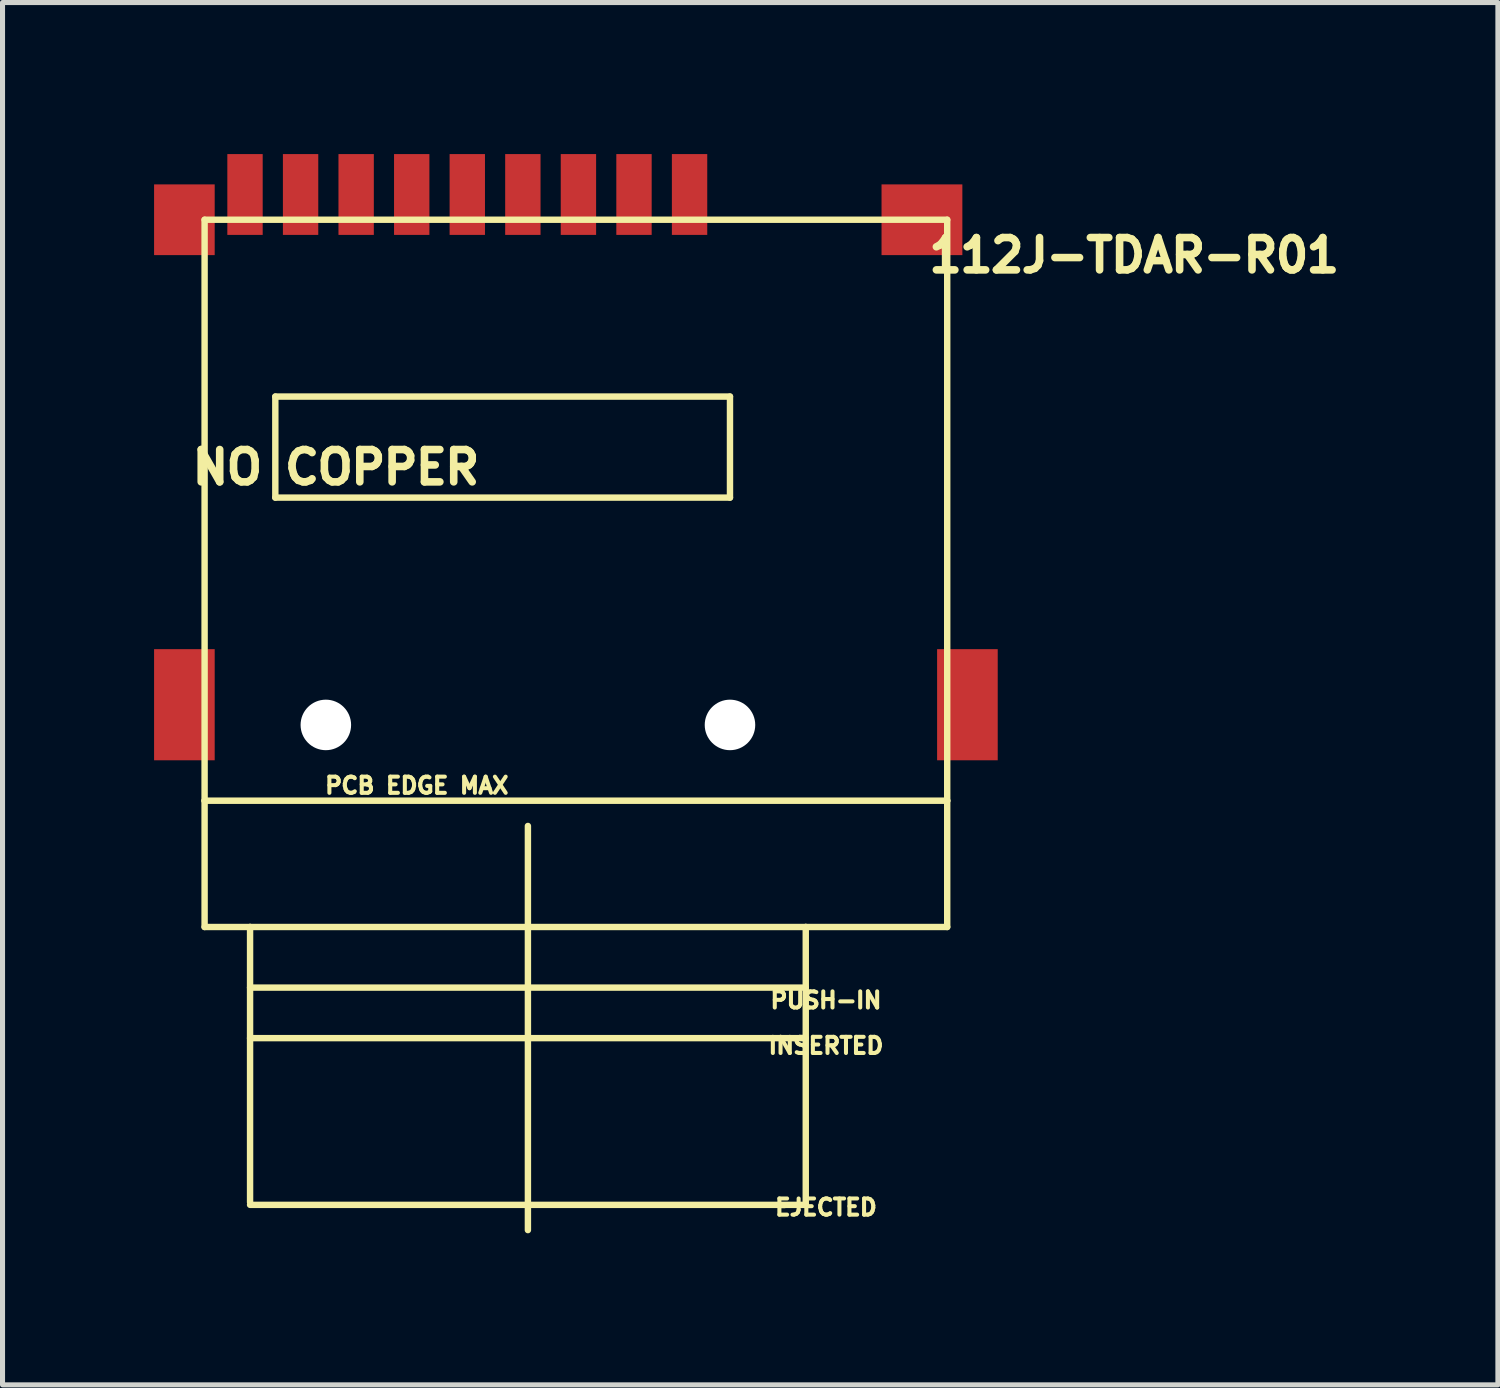
<source format=kicad_pcb>
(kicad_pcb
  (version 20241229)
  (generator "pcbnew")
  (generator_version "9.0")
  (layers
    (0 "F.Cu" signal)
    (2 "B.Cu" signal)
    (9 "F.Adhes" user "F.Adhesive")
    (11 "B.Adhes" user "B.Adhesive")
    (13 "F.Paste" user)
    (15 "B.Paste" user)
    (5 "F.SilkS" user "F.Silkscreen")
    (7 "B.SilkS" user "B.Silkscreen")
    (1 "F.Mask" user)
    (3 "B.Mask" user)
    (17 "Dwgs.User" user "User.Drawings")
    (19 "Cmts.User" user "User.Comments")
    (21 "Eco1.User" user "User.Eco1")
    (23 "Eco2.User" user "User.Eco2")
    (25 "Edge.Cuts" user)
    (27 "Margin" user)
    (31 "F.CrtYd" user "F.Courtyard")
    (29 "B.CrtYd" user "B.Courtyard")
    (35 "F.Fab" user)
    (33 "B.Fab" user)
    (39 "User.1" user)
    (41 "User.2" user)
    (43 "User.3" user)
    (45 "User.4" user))
  (footprint "112J-TDAR-R01"
    (layer "F.Cu")
    (at 3.4 11.3)
    (property "Reference" "112J-TDAR-R01" (at 16.002 -9.296 0) (layer "F.SilkS") (effects (font (size 0.64 0.64) (thickness 0.15))))
    (attr through_hole)
    (fp_line (start -2.4 -10) (end -2.4 1.5) (stroke (width 0.127) (type solid)) (layer "F.SilkS"))
    (fp_line (start -2.4 1.5) (end -2.4 4) (stroke (width 0.127) (type solid)) (layer "F.SilkS"))
    (fp_line (start -2.4 1.5) (end 12.3 1.5) (stroke (width 0.127) (type solid)) (layer "F.SilkS"))
    (fp_line (start -2.4 4) (end -1.5 4) (stroke (width 0.127) (type solid)) (layer "F.SilkS"))
    (fp_line (start -1.5 4) (end 9.5 4) (stroke (width 0.127) (type solid)) (layer "F.SilkS"))
    (fp_line (start -1.5 5.2) (end 9.5 5.2) (stroke (width 0.127) (type solid)) (layer "F.SilkS"))
    (fp_line (start -1.5 6.2) (end 9.5 6.2) (stroke (width 0.127) (type solid)) (layer "F.SilkS"))
    (fp_line (start -1.5 9.45) (end -1.5 4) (stroke (width 0.127) (type solid)) (layer "F.SilkS"))
    (fp_line (start -1.5 9.5) (end 9.5 9.5) (stroke (width 0.127) (type solid)) (layer "F.SilkS"))
    (fp_line (start -1 -6.5) (end -1 -4.5) (stroke (width 0.127) (type solid)) (layer "F.SilkS"))
    (fp_line (start -1 -4.5) (end 8 -4.5) (stroke (width 0.127) (type solid)) (layer "F.SilkS"))
    (fp_line (start 4 2) (end 4 10) (stroke (width 0.127) (type solid)) (layer "F.SilkS"))
    (fp_line (start 8 -6.5) (end -1 -6.5) (stroke (width 0.127) (type solid)) (layer "F.SilkS"))
    (fp_line (start 8 -4.5) (end 8 -6.5) (stroke (width 0.127) (type solid)) (layer "F.SilkS"))
    (fp_line (start 9.5 4) (end 12.3 4) (stroke (width 0.127) (type solid)) (layer "F.SilkS"))
    (fp_line (start 9.5 9.5) (end 9.5 4) (stroke (width 0.127) (type solid)) (layer "F.SilkS"))
    (fp_line (start 12.3 -10) (end -2.4 -10) (stroke (width 0.127) (type solid)) (layer "F.SilkS"))
    (fp_line (start 12.3 1.5) (end 12.3 -10) (stroke (width 0.127) (type solid)) (layer "F.SilkS"))
    (fp_line (start 12.3 4) (end 12.3 1.5) (stroke (width 0.127) (type solid)) (layer "F.SilkS"))
    (fp_text user "PUSH-IN" (at 9.9 5.45 0) (layer "F.SilkS") (effects (font (size 0.32 0.32) (thickness 0.15))))
    (fp_text user "NO COPPER" (at 0.2 -5.1 0) (layer "F.SilkS") (effects (font (size 0.64 0.64) (thickness 0.15))))
    (fp_text user "PCB EDGE MAX" (at 1.8 1.2 0) (layer "F.SilkS") (effects (font (size 0.32 0.32) (thickness 0.15))))
    (fp_text user "INSERTED" (at 9.9 6.35 0) (layer "F.SilkS") (effects (font (size 0.32 0.32) (thickness 0.15))))
    (fp_text user "EJECTED" (at 9.9 9.55 0) (layer "F.SilkS") (effects (font (size 0.32 0.32) (thickness 0.15))))
    (pad "" np_thru_hole circle (at 0 0) (size 1 1) (drill 1) (layers "*.Cu" "*.Mask"))
    (pad "" np_thru_hole circle (at 8 0) (size 1 1) (drill 1) (layers "*.Cu" "*.Mask"))
    (pad "1" smd rect (at 7.2 -10.5) (size 0.7 1.6) (layers "F.Cu" "F.Mask" "F.Paste"))
    (pad "2" smd rect (at 6.1 -10.5) (size 0.7 1.6) (layers "F.Cu" "F.Mask" "F.Paste"))
    (pad "3" smd rect (at 5 -10.5) (size 0.7 1.6) (layers "F.Cu" "F.Mask" "F.Paste"))
    (pad "4" smd rect (at 3.9 -10.5) (size 0.7 1.6) (layers "F.Cu" "F.Mask" "F.Paste"))
    (pad "5" smd rect (at 2.8 -10.5) (size 0.7 1.6) (layers "F.Cu" "F.Mask" "F.Paste"))
    (pad "6" smd rect (at 1.7 -10.5) (size 0.7 1.6) (layers "F.Cu" "F.Mask" "F.Paste"))
    (pad "7" smd rect (at 0.6 -10.5) (size 0.7 1.6) (layers "F.Cu" "F.Mask" "F.Paste"))
    (pad "8" smd rect (at -0.5 -10.5) (size 0.7 1.6) (layers "F.Cu" "F.Mask" "F.Paste"))
    (pad "CD" smd rect (at -1.6 -10.5) (size 0.7 1.6) (layers "F.Cu" "F.Mask" "F.Paste"))
    (pad "G" smd rect (at -2.8 -10) (size 1.2 1.4) (layers "F.Cu" "F.Mask" "F.Paste"))
    (pad "P$10" smd rect (at 11.8 -10) (size 1.6 1.4) (layers "F.Cu" "F.Mask" "F.Paste"))
    (pad "P$11" smd rect (at -2.8 -0.4) (size 1.2 2.2) (layers "F.Cu" "F.Mask" "F.Paste"))
    (pad "P$12" smd rect (at 12.7 -0.4) (size 1.2 2.2) (layers "F.Cu" "F.Mask" "F.Paste")))
  (gr_rect
    (start -3 -3)
    (end 26.601 24.363)
    (stroke (width 0.1) (type default))
    (fill no)
    (layer "Edge.Cuts")))
</source>
